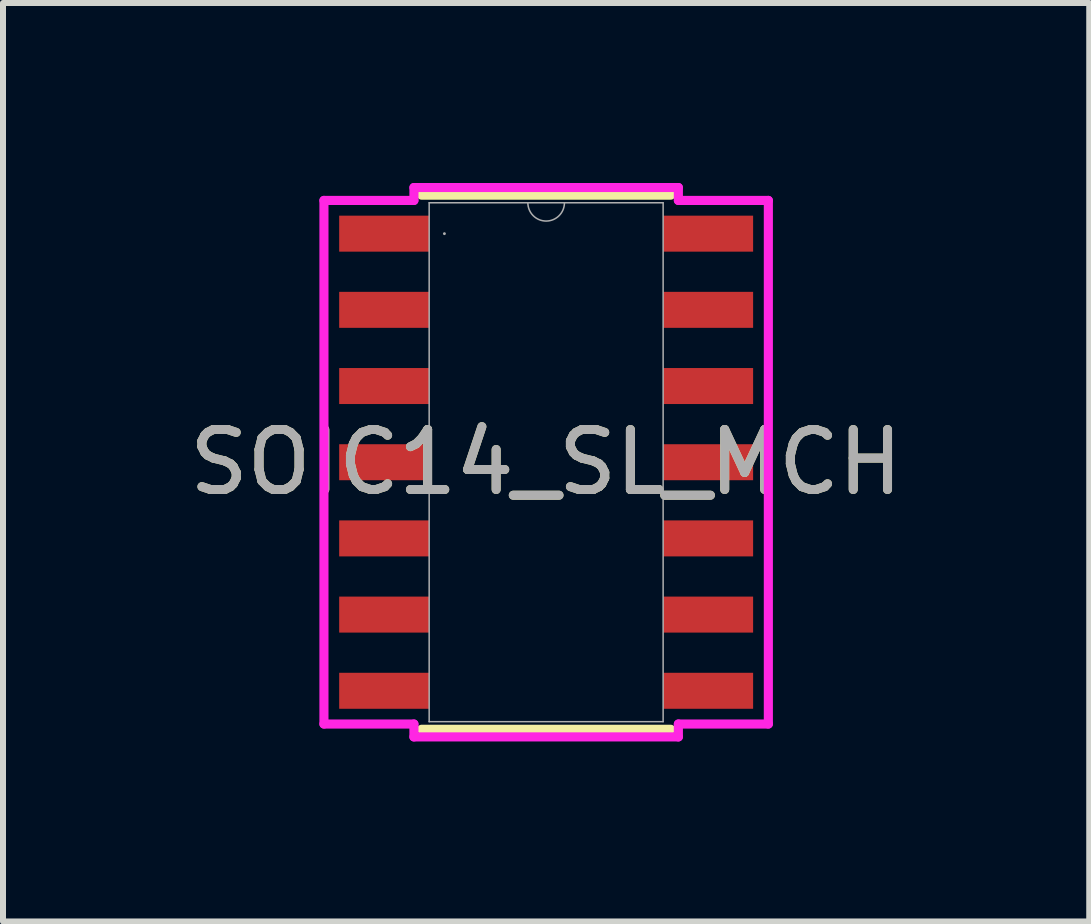
<source format=kicad_pcb>
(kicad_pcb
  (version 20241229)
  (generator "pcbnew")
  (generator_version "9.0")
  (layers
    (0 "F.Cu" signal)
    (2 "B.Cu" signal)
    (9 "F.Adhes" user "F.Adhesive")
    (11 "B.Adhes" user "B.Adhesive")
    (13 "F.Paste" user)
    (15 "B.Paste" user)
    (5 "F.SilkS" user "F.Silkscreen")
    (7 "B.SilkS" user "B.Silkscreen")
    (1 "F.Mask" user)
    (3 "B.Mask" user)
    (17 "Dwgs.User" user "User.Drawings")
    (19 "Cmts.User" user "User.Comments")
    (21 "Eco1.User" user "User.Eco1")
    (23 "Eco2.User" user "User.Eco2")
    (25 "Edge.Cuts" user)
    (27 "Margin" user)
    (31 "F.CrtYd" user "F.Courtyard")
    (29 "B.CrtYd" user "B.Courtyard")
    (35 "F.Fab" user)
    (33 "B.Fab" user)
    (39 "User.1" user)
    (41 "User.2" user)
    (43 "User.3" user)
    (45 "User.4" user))
  (footprint "SOIC14_SL_MCH"
    (layer "F.Cu")
    (at 6.054 4.655)
    (property "Reference" "SOIC14_SL_MCH" (at 0 0 0) (unlocked yes) (layer "F.SilkS") (effects (font (size 1 1) (thickness 0.15))))
    (attr smd)
    (fp_line (start -2.077 4.452) (end 2.077 4.452) (stroke (width 0.152) (type solid)) (layer "F.SilkS"))
    (fp_line (start 2.077 -4.452) (end -2.077 -4.452) (stroke (width 0.152) (type solid)) (layer "F.SilkS"))
    (fp_line (start -3.704 -4.364) (end -2.204 -4.364) (stroke (width 0.152) (type solid)) (layer "F.CrtYd"))
    (fp_line (start -3.704 4.364) (end -3.704 -4.364) (stroke (width 0.152) (type solid)) (layer "F.CrtYd"))
    (fp_line (start -3.704 4.364) (end -2.204 4.364) (stroke (width 0.152) (type solid)) (layer "F.CrtYd"))
    (fp_line (start -2.204 -4.579) (end 2.204 -4.579) (stroke (width 0.152) (type solid)) (layer "F.CrtYd"))
    (fp_line (start -2.204 -4.364) (end -2.204 -4.579) (stroke (width 0.152) (type solid)) (layer "F.CrtYd"))
    (fp_line (start -2.204 4.579) (end -2.204 4.364) (stroke (width 0.152) (type solid)) (layer "F.CrtYd"))
    (fp_line (start 2.204 -4.579) (end 2.204 -4.364) (stroke (width 0.152) (type solid)) (layer "F.CrtYd"))
    (fp_line (start 2.204 4.364) (end 2.204 4.579) (stroke (width 0.152) (type solid)) (layer "F.CrtYd"))
    (fp_line (start 2.204 4.579) (end -2.204 4.579) (stroke (width 0.152) (type solid)) (layer "F.CrtYd"))
    (fp_line (start 3.704 -4.364) (end 2.204 -4.364) (stroke (width 0.152) (type solid)) (layer "F.CrtYd"))
    (fp_line (start 3.704 -4.364) (end 3.704 4.364) (stroke (width 0.152) (type solid)) (layer "F.CrtYd"))
    (fp_line (start 3.704 4.364) (end 2.204 4.364) (stroke (width 0.152) (type solid)) (layer "F.CrtYd"))
    (fp_line (start -1.95 -4.325) (end -1.95 4.325) (stroke (width 0.025) (type solid)) (layer "F.Fab"))
    (fp_line (start -1.95 4.325) (end 1.95 4.325) (stroke (width 0.025) (type solid)) (layer "F.Fab"))
    (fp_line (start 1.95 -4.325) (end -1.95 -4.325) (stroke (width 0.025) (type solid)) (layer "F.Fab"))
    (fp_line (start 1.95 4.325) (end 1.95 -4.325) (stroke (width 0.025) (type solid)) (layer "F.Fab"))
    (fp_arc (start 0.3048 -4.325) (mid 0 -4.0202) (end -0.3048 -4.325) (stroke (width 0.0254) (type solid)) (layer "F.Fab"))
    (fp_circle (center -1.696 -3.81) (end -1.696 -3.81) (stroke (width 0.025) (type solid)) (fill no) (layer "F.Fab"))
    (fp_text user "${REFERENCE}" (at 0 0 0) (unlocked yes) (layer "F.Fab") (effects (font (size 1 1) (thickness 0.15))))
    (pad "1" smd rect (at -2.7 -3.81) (size 1.5 0.6) (layers "F.Cu" "F.Mask" "F.Paste"))
    (pad "2" smd rect (at -2.7 -2.54) (size 1.5 0.6) (layers "F.Cu" "F.Mask" "F.Paste"))
    (pad "3" smd rect (at -2.7 -1.27) (size 1.5 0.6) (layers "F.Cu" "F.Mask" "F.Paste"))
    (pad "4" smd rect (at -2.7 0) (size 1.5 0.6) (layers "F.Cu" "F.Mask" "F.Paste"))
    (pad "5" smd rect (at -2.7 1.27) (size 1.5 0.6) (layers "F.Cu" "F.Mask" "F.Paste"))
    (pad "6" smd rect (at -2.7 2.54) (size 1.5 0.6) (layers "F.Cu" "F.Mask" "F.Paste"))
    (pad "7" smd rect (at -2.7 3.81) (size 1.5 0.6) (layers "F.Cu" "F.Mask" "F.Paste"))
    (pad "8" smd rect (at 2.7 3.81) (size 1.5 0.6) (layers "F.Cu" "F.Mask" "F.Paste"))
    (pad "9" smd rect (at 2.7 2.54) (size 1.5 0.6) (layers "F.Cu" "F.Mask" "F.Paste"))
    (pad "10" smd rect (at 2.7 1.27) (size 1.5 0.6) (layers "F.Cu" "F.Mask" "F.Paste"))
    (pad "11" smd rect (at 2.7 0) (size 1.5 0.6) (layers "F.Cu" "F.Mask" "F.Paste"))
    (pad "12" smd rect (at 2.7 -1.27) (size 1.5 0.6) (layers "F.Cu" "F.Mask" "F.Paste"))
    (pad "13" smd rect (at 2.7 -2.54) (size 1.5 0.6) (layers "F.Cu" "F.Mask" "F.Paste"))
    (pad "14" smd rect (at 2.7 -3.81) (size 1.5 0.6) (layers "F.Cu" "F.Mask" "F.Paste")))
  (gr_rect
    (start -3 -3)
    (end 15.107 12.31)
    (stroke (width 0.1) (type default))
    (fill no)
    (layer "Edge.Cuts")))
</source>
